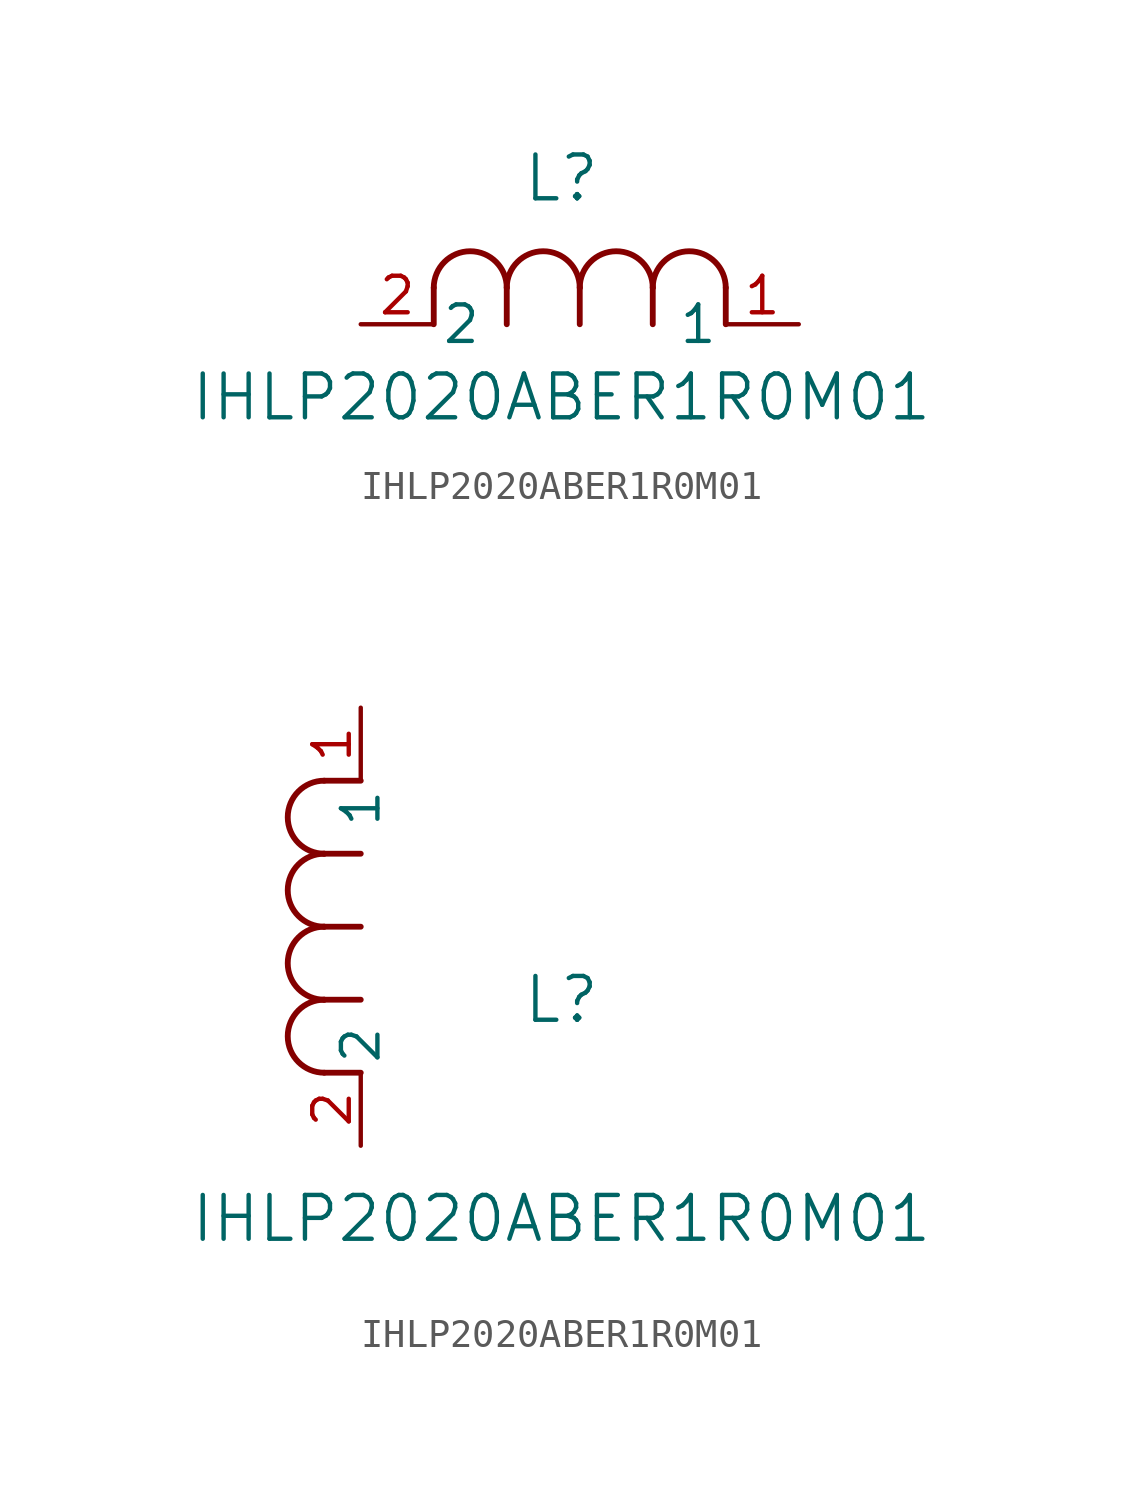
<source format=kicad_sym>
(kicad_symbol_lib
  (version 20211014)
  (generator kicad_symbol_editor)
  (symbol "IHLP2020ABER1R0M01"
    (pin_names
      (offset 0.254))
    (property "Reference" "L"
      (at 6.985 5.08 0)
      (effects (font (size 1.524 1.524))))
    (property "Value" "IHLP2020ABER1R0M01"
      (at 6.985 -2.54 0)
      (effects (font (size 1.524 1.524))))
    (symbol "IHLP2020ABER1R0M01_1_1"
      (arc (start 7.62 1.27) (mid 6.35 2.54) (end 5.08 1.27) (stroke (width 0.2032) (type default) (color 0 0 0 0)) (fill (type none)))
      (polyline (pts (xy 5.08 0) (xy 5.08 1.27)) (stroke (width 0.203) (type default) (color 0 0 0 0)) (fill (type none)))
      (polyline (pts (xy 7.62 0) (xy 7.62 1.27)) (stroke (width 0.203) (type default) (color 0 0 0 0)) (fill (type none)))
      (polyline (pts (xy 12.7 0) (xy 12.7 1.27)) (stroke (width 0.203) (type default) (color 0 0 0 0)) (fill (type none)))
      (arc (start 5.08 1.27) (mid 3.81 2.54) (end 2.54 1.27) (stroke (width 0.2032) (type default) (color 0 0 0 0)) (fill (type none)))
      (arc (start 10.16 1.27) (mid 8.89 2.54) (end 7.62 1.27) (stroke (width 0.2032) (type default) (color 0 0 0 0)) (fill (type none)))
      (arc (start 12.7 1.27) (mid 11.43 2.54) (end 10.16 1.27) (stroke (width 0.2032) (type default) (color 0 0 0 0)) (fill (type none)))
      (polyline (pts (xy 2.54 0) (xy 2.54 1.27)) (stroke (width 0.203) (type default) (color 0 0 0 0)) (fill (type none)))
      (polyline (pts (xy 10.16 0) (xy 10.16 1.27)) (stroke (width 0.203) (type default) (color 0 0 0 0)) (fill (type none)))
      (pin unspecified line (at 0 0 0) (length 2.54) (name "2" (effects (font (size 1.27 1.27)))) (number "2" (effects (font (size 1.27 1.27)))))
      (pin unspecified line (at 15.24 0 180) (length 2.54) (name "1" (effects (font (size 1.27 1.27)))) (number "1" (effects (font (size 1.27 1.27))))))
    (symbol "IHLP2020ABER1R0M01_1_2"
      (arc (start -1.27 7.62) (mid -2.54 6.35) (end -1.27 5.08) (stroke (width 0.2032) (type default) (color 0 0 0 0)) (fill (type none)))
      (arc (start -1.27 5.08) (mid -2.54 3.81) (end -1.27 2.54) (stroke (width 0.2032) (type default) (color 0 0 0 0)) (fill (type none)))
      (arc (start -1.27 12.7) (mid -2.54 11.43) (end -1.27 10.16) (stroke (width 0.2032) (type default) (color 0 0 0 0)) (fill (type none)))
      (arc (start -1.27 10.16) (mid -2.54 8.89) (end -1.27 7.62) (stroke (width 0.2032) (type default) (color 0 0 0 0)) (fill (type none)))
      (polyline (pts (xy 0 7.62) (xy -1.27 7.62)) (stroke (width 0.203) (type default) (color 0 0 0 0)) (fill (type none)))
      (polyline (pts (xy 0 5.08) (xy -1.27 5.08)) (stroke (width 0.203) (type default) (color 0 0 0 0)) (fill (type none)))
      (polyline (pts (xy 0 12.7) (xy -1.27 12.7)) (stroke (width 0.203) (type default) (color 0 0 0 0)) (fill (type none)))
      (polyline (pts (xy 0 2.54) (xy -1.27 2.54)) (stroke (width 0.203) (type default) (color 0 0 0 0)) (fill (type none)))
      (polyline (pts (xy 0 10.16) (xy -1.27 10.16)) (stroke (width 0.203) (type default) (color 0 0 0 0)) (fill (type none)))
      (pin unspecified line (at 0 0 90) (length 2.54) (name "2" (effects (font (size 1.27 1.27)))) (number "2" (effects (font (size 1.27 1.27)))))
      (pin unspecified line (at 0 15.24 270) (length 2.54) (name "1" (effects (font (size 1.27 1.27)))) (number "1" (effects (font (size 1.27 1.27))))))))
</source>
